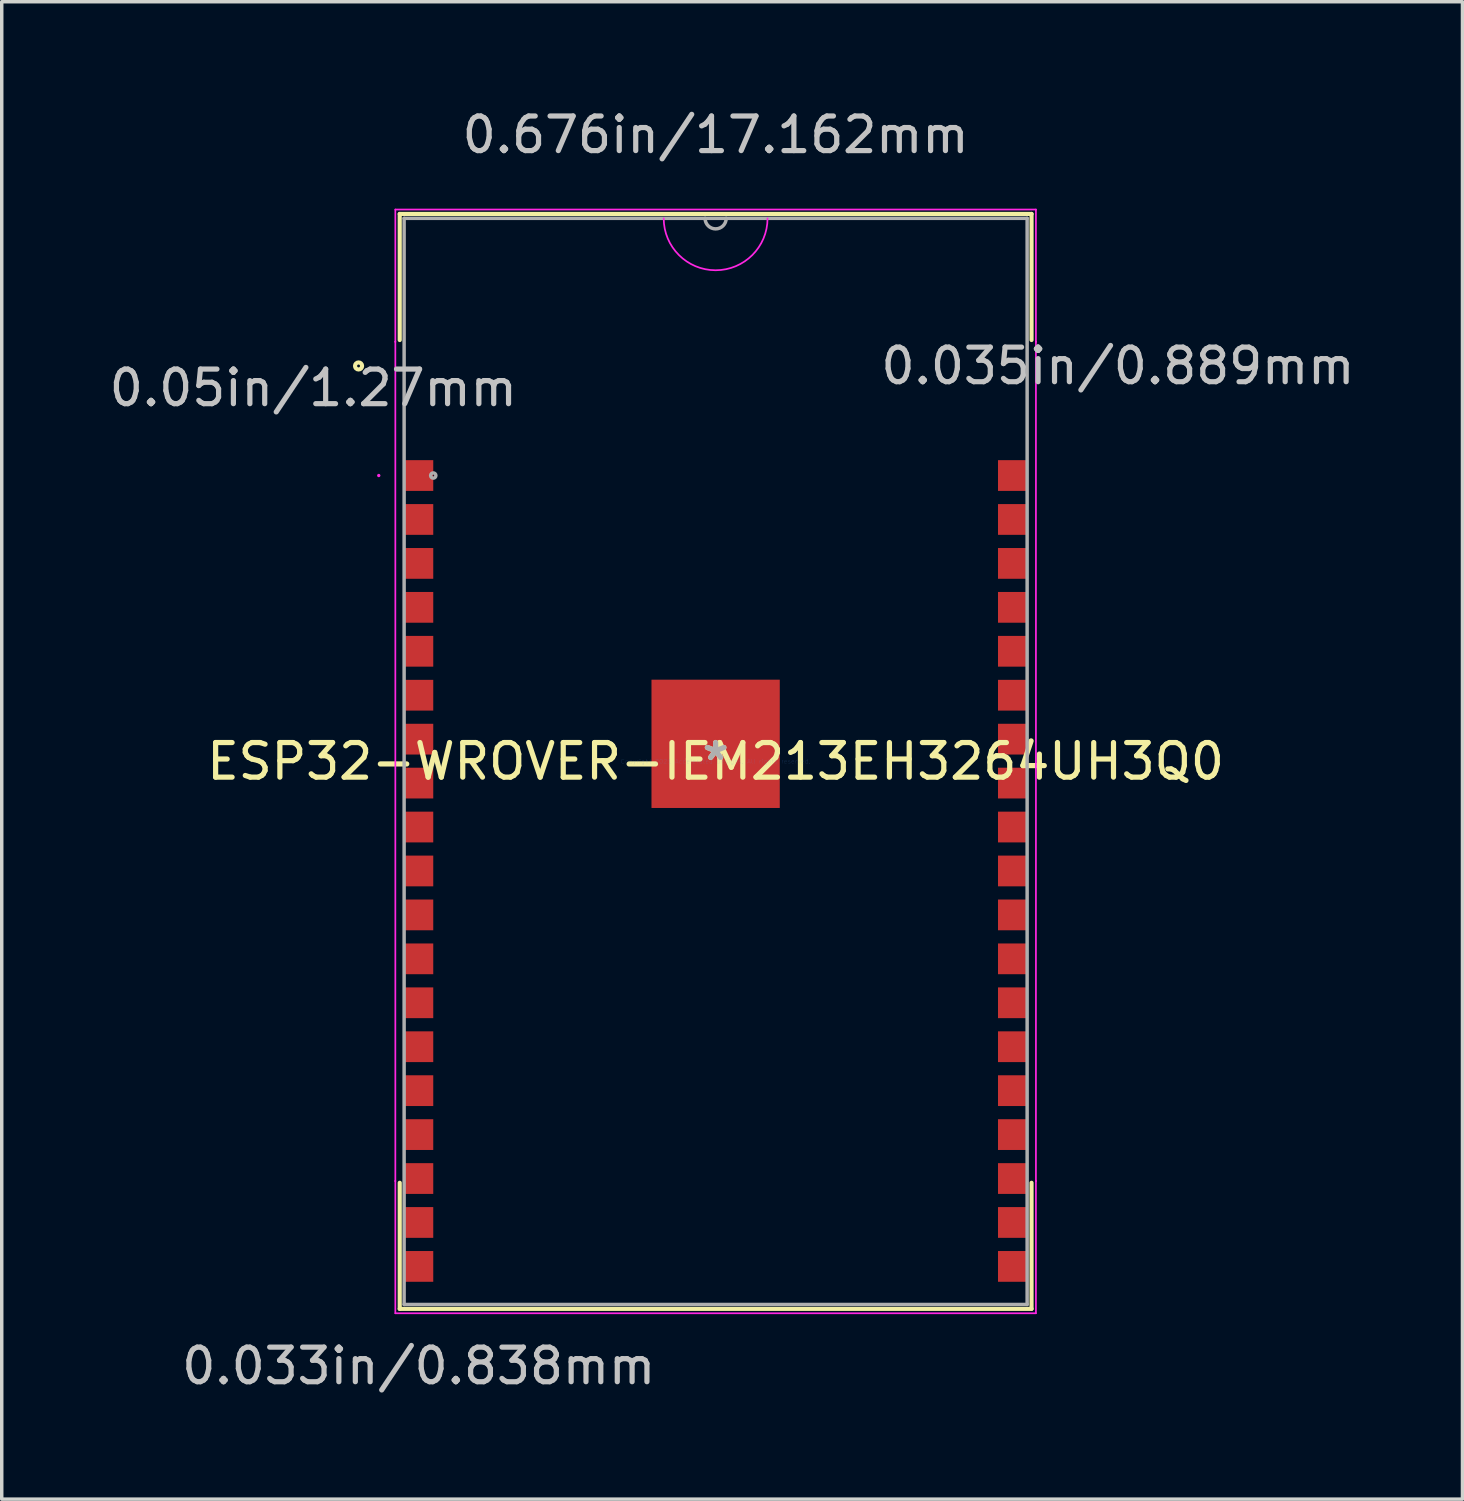
<source format=kicad_pcb>
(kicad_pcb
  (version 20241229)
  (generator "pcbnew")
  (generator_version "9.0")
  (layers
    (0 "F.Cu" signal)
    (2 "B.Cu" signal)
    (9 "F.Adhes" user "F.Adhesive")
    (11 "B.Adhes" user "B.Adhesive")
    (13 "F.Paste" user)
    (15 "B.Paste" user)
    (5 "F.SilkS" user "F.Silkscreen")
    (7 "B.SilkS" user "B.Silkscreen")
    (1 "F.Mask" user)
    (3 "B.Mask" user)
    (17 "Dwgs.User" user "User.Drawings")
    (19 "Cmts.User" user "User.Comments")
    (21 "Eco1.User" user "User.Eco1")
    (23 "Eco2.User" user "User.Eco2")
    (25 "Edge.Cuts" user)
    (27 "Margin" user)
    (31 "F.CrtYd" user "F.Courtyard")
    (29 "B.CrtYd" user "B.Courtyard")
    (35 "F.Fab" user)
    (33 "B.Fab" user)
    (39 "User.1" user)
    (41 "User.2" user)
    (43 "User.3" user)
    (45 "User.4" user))
  (footprint "ESP32-WROVER-IEM213EH3264UH3Q0"
    (layer "F.Cu")
    (at 17.635 18.958)
    (property "Reference" "ESP32-WROVER-IEM213EH3264UH3Q0" (at 0 0 0) (layer "F.SilkS") (effects (font (size 1 1) (thickness 0.15))))
    (attr through_hole)
    (fp_line (start -9.131 -15.824) (end -9.131 -12.18) (stroke (width 0.12) (type solid)) (layer "F.SilkS"))
    (fp_line (start -9.131 12.18) (end -9.131 15.824) (stroke (width 0.12) (type solid)) (layer "F.SilkS"))
    (fp_line (start -9.131 15.824) (end 9.131 15.824) (stroke (width 0.12) (type solid)) (layer "F.SilkS"))
    (fp_line (start 9.131 -15.824) (end -9.131 -15.824) (stroke (width 0.12) (type solid)) (layer "F.SilkS"))
    (fp_line (start 9.131 -12.18) (end 9.131 -15.824) (stroke (width 0.12) (type solid)) (layer "F.SilkS"))
    (fp_line (start 9.131 15.824) (end 9.131 12.18) (stroke (width 0.12) (type solid)) (layer "F.SilkS"))
    (fp_circle (center -10.321 -11.43) (end -10.219 -11.43) (stroke (width 0.12) (type solid)) (fill no) (layer "F.SilkS"))
    (fp_line (start -9.258 -15.951) (end 9.258 -15.951) (stroke (width 0.05) (type solid)) (layer "F.CrtYd"))
    (fp_line (start -9.258 -12.129) (end -9.258 -15.951) (stroke (width 0.05) (type solid)) (layer "F.CrtYd"))
    (fp_line (start -9.258 -12.129) (end -9.258 -12.129) (stroke (width 0.05) (type solid)) (layer "F.CrtYd"))
    (fp_line (start -9.258 12.129) (end -9.258 -12.129) (stroke (width 0.05) (type solid)) (layer "F.CrtYd"))
    (fp_line (start -9.258 12.129) (end -9.258 12.129) (stroke (width 0.05) (type solid)) (layer "F.CrtYd"))
    (fp_line (start -9.258 15.951) (end -9.258 12.129) (stroke (width 0.05) (type solid)) (layer "F.CrtYd"))
    (fp_line (start 9.258 -15.951) (end 9.258 -12.129) (stroke (width 0.05) (type solid)) (layer "F.CrtYd"))
    (fp_line (start 9.258 -12.129) (end 9.258 -12.129) (stroke (width 0.05) (type solid)) (layer "F.CrtYd"))
    (fp_line (start 9.258 -12.129) (end 9.258 12.129) (stroke (width 0.05) (type solid)) (layer "F.CrtYd"))
    (fp_line (start 9.258 12.129) (end 9.258 12.129) (stroke (width 0.05) (type solid)) (layer "F.CrtYd"))
    (fp_line (start 9.258 12.129) (end 9.258 15.951) (stroke (width 0.05) (type solid)) (layer "F.CrtYd"))
    (fp_line (start 9.258 15.951) (end -9.258 15.951) (stroke (width 0.05) (type solid)) (layer "F.CrtYd"))
    (fp_arc (start 1.500717 -15.6972) (mid 0 -14.196483) (end -1.500717 -15.6972) (stroke (width 0.05) (type solid)) (layer "F.CrtYd"))
    (fp_circle (center -9.737 -8.263) (end -9.737 -8.263) (stroke (width 0.05) (type solid)) (fill no) (layer "F.CrtYd"))
    (fp_line (start -9.004 -15.697) (end -9.004 15.697) (stroke (width 0.1) (type solid)) (layer "F.Fab"))
    (fp_line (start -9.004 15.697) (end 9.004 15.697) (stroke (width 0.1) (type solid)) (layer "F.Fab"))
    (fp_line (start 9.004 -15.697) (end -9.004 -15.697) (stroke (width 0.1) (type solid)) (layer "F.Fab"))
    (fp_line (start 9.004 15.697) (end 9.004 -15.697) (stroke (width 0.1) (type solid)) (layer "F.Fab"))
    (fp_arc (start 0.3048 -15.6972) (mid 0 -15.3924) (end -0.3048 -15.6972) (stroke (width 0.1) (type solid)) (layer "F.Fab"))
    (fp_circle (center -8.162 -8.263) (end -8.086 -8.263) (stroke (width 0.1) (type solid)) (fill no) (layer "F.Fab"))
    (fp_text user "*" (at 0 0 0) (layer "F.SilkS") (effects (font (size 1 1) (thickness 0.15))))
    (fp_text user "0.676in/17.162mm" (at 0 -18.11 0) (layer "Dwgs.User") (effects (font (size 1 1) (thickness 0.15))))
    (fp_text user "0.05in/1.27mm" (at -11.629 -10.795 0) (layer "Dwgs.User") (effects (font (size 1 1) (thickness 0.15))))
    (fp_text user "0.035in/0.889mm" (at 11.629 -11.43 0) (layer "Dwgs.User") (effects (font (size 1 1) (thickness 0.15))))
    (fp_text user "0.033in/0.838mm" (at -8.581 17.475 0) (layer "Dwgs.User") (effects (font (size 1 1) (thickness 0.15))))
    (fp_text user "Copyright 2021 Accelerated Designs. All rights reserved." (at 0 0 0) (layer "Cmts.User") (effects (font (size 0.127 0.127) (thickness 0.002))))
    (fp_text user "*" (at 0 0 0) (layer "F.Fab") (effects (font (size 1 1) (thickness 0.15))))
    (pad "1" smd rect (at -8.581 -8.263) (size 0.838 0.889) (layers "F.Cu" "F.Mask" "F.Paste"))
    (pad "2" smd rect (at -8.581 -6.993) (size 0.838 0.889) (layers "F.Cu" "F.Mask" "F.Paste"))
    (pad "3" smd rect (at -8.581 -5.723) (size 0.838 0.889) (layers "F.Cu" "F.Mask" "F.Paste"))
    (pad "4" smd rect (at -8.581 -4.453) (size 0.838 0.889) (layers "F.Cu" "F.Mask" "F.Paste"))
    (pad "5" smd rect (at -8.581 -3.183) (size 0.838 0.889) (layers "F.Cu" "F.Mask" "F.Paste"))
    (pad "6" smd rect (at -8.581 -1.913) (size 0.838 0.889) (layers "F.Cu" "F.Mask" "F.Paste"))
    (pad "7" smd rect (at -8.581 -0.643) (size 0.838 0.889) (layers "F.Cu" "F.Mask" "F.Paste"))
    (pad "8" smd rect (at -8.581 0.627) (size 0.838 0.889) (layers "F.Cu" "F.Mask" "F.Paste"))
    (pad "9" smd rect (at -8.581 1.897) (size 0.838 0.889) (layers "F.Cu" "F.Mask" "F.Paste"))
    (pad "10" smd rect (at -8.581 3.167) (size 0.838 0.889) (layers "F.Cu" "F.Mask" "F.Paste"))
    (pad "11" smd rect (at -8.581 4.437) (size 0.838 0.889) (layers "F.Cu" "F.Mask" "F.Paste"))
    (pad "12" smd rect (at -8.581 5.707) (size 0.838 0.889) (layers "F.Cu" "F.Mask" "F.Paste"))
    (pad "13" smd rect (at -8.581 6.977) (size 0.838 0.889) (layers "F.Cu" "F.Mask" "F.Paste"))
    (pad "14" smd rect (at -8.581 8.247) (size 0.838 0.889) (layers "F.Cu" "F.Mask" "F.Paste"))
    (pad "15" smd rect (at -8.581 9.517) (size 0.838 0.889) (layers "F.Cu" "F.Mask" "F.Paste"))
    (pad "16" smd rect (at -8.581 10.787) (size 0.838 0.889) (layers "F.Cu" "F.Mask" "F.Paste"))
    (pad "17" smd rect (at -8.581 12.057) (size 0.838 0.889) (layers "F.Cu" "F.Mask" "F.Paste"))
    (pad "18" smd rect (at -8.581 13.327) (size 0.838 0.889) (layers "F.Cu" "F.Mask" "F.Paste"))
    (pad "19" smd rect (at -8.581 14.597) (size 0.838 0.889) (layers "F.Cu" "F.Mask" "F.Paste"))
    (pad "20" smd rect (at 8.581 14.597) (size 0.838 0.889) (layers "F.Cu" "F.Mask" "F.Paste"))
    (pad "21" smd rect (at 8.581 13.327) (size 0.838 0.889) (layers "F.Cu" "F.Mask" "F.Paste"))
    (pad "22" smd rect (at 8.581 12.057) (size 0.838 0.889) (layers "F.Cu" "F.Mask" "F.Paste"))
    (pad "23" smd rect (at 8.581 10.787) (size 0.838 0.889) (layers "F.Cu" "F.Mask" "F.Paste"))
    (pad "24" smd rect (at 8.581 9.517) (size 0.838 0.889) (layers "F.Cu" "F.Mask" "F.Paste"))
    (pad "25" smd rect (at 8.581 8.247) (size 0.838 0.889) (layers "F.Cu" "F.Mask" "F.Paste"))
    (pad "26" smd rect (at 8.581 6.977) (size 0.838 0.889) (layers "F.Cu" "F.Mask" "F.Paste"))
    (pad "27" smd rect (at 8.581 5.707) (size 0.838 0.889) (layers "F.Cu" "F.Mask" "F.Paste"))
    (pad "28" smd rect (at 8.581 4.437) (size 0.838 0.889) (layers "F.Cu" "F.Mask" "F.Paste"))
    (pad "29" smd rect (at 8.581 3.167) (size 0.838 0.889) (layers "F.Cu" "F.Mask" "F.Paste"))
    (pad "30" smd rect (at 8.581 1.897) (size 0.838 0.889) (layers "F.Cu" "F.Mask" "F.Paste"))
    (pad "31" smd rect (at 8.581 0.627) (size 0.838 0.889) (layers "F.Cu" "F.Mask" "F.Paste"))
    (pad "32" smd rect (at 8.581 -0.643) (size 0.838 0.889) (layers "F.Cu" "F.Mask" "F.Paste"))
    (pad "33" smd rect (at 8.581 -1.913) (size 0.838 0.889) (layers "F.Cu" "F.Mask" "F.Paste"))
    (pad "34" smd rect (at 8.581 -3.183) (size 0.838 0.889) (layers "F.Cu" "F.Mask" "F.Paste"))
    (pad "35" smd rect (at 8.581 -4.453) (size 0.838 0.889) (layers "F.Cu" "F.Mask" "F.Paste"))
    (pad "36" smd rect (at 8.581 -5.723) (size 0.838 0.889) (layers "F.Cu" "F.Mask" "F.Paste"))
    (pad "37" smd rect (at 8.581 -6.993) (size 0.838 0.889) (layers "F.Cu" "F.Mask" "F.Paste"))
    (pad "38" smd rect (at 8.581 -8.263) (size 0.838 0.889) (layers "F.Cu" "F.Mask" "F.Paste"))
    (pad "39" smd rect (at 0 -0.508) (size 3.708 3.708) (layers "F.Cu" "F.Mask" "F.Paste")))
  (gr_rect
    (start -3 -3)
    (end 39.222 40.282)
    (stroke (width 0.1) (type default))
    (fill no)
    (layer "Edge.Cuts")))
</source>
